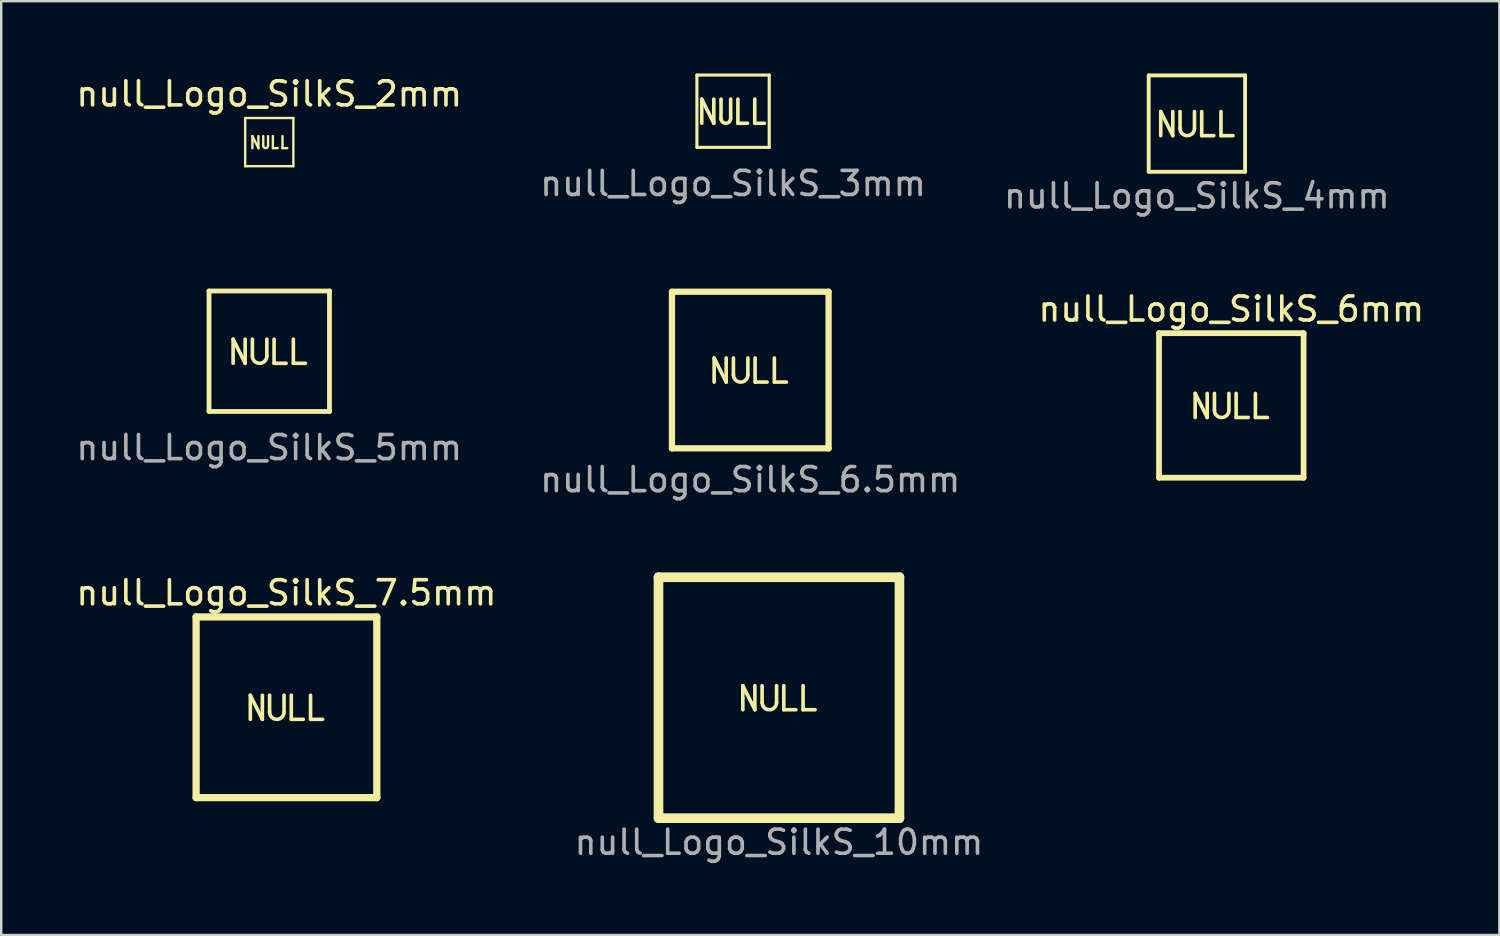
<source format=kicad_pcb>
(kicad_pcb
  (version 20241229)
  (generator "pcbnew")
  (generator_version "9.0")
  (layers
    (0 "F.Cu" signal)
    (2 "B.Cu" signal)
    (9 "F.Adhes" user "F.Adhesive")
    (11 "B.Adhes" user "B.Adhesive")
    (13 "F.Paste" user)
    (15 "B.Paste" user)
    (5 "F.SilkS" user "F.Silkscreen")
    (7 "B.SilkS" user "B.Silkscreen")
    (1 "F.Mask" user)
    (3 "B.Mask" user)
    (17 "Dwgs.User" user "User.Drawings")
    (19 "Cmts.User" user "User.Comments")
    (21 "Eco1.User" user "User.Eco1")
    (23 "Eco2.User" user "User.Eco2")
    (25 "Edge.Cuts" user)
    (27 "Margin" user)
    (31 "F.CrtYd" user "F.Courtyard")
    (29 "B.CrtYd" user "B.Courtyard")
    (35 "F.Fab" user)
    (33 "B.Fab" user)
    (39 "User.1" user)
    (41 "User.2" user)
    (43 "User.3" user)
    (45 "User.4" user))
  (footprint "null_Logo_SilkS_10mm"
    (layer "F.Cu")
    (at 29.28 25.907)
    (property "Reference" "null_Logo_SilkS_10mm" (at 0 6 0) (layer "F.Fab") (effects (font (size 1 1) (thickness 0.15))))
    (attr through_hole)
    (fp_line (start -5 -5) (end -5 5) (stroke (width 0.4) (type solid)) (layer "F.SilkS"))
    (fp_line (start -5 5) (end 5 5) (stroke (width 0.4) (type solid)) (layer "F.SilkS"))
    (fp_line (start -1.5 -0.5) (end -1 0.5) (stroke (width 0.15) (type solid)) (layer "F.SilkS"))
    (fp_line (start -1.5 0.5) (end -1.5 -0.5) (stroke (width 0.15) (type solid)) (layer "F.SilkS"))
    (fp_line (start -1 0.5) (end -1 -0.5) (stroke (width 0.15) (type solid)) (layer "F.SilkS"))
    (fp_line (start -0.7 -0.5) (end -0.7 0.2) (stroke (width 0.15) (type solid)) (layer "F.SilkS"))
    (fp_line (start -0.1 -0.5) (end -0.1 0.2) (stroke (width 0.15) (type solid)) (layer "F.SilkS"))
    (fp_line (start 0.2 -0.5) (end 0.2 0.5) (stroke (width 0.15) (type solid)) (layer "F.SilkS"))
    (fp_line (start 0.2 0.5) (end 0.7 0.5) (stroke (width 0.15) (type solid)) (layer "F.SilkS"))
    (fp_line (start 1 -0.5) (end 1 0.5) (stroke (width 0.15) (type solid)) (layer "F.SilkS"))
    (fp_line (start 1 0.5) (end 1.5 0.5) (stroke (width 0.15) (type solid)) (layer "F.SilkS"))
    (fp_line (start 5 -5) (end -5 -5) (stroke (width 0.4) (type solid)) (layer "F.SilkS"))
    (fp_line (start 5 -5) (end 5 5) (stroke (width 0.4) (type solid)) (layer "F.SilkS"))
    (fp_arc (start -0.1 0.2) (mid -0.4 0.5) (end -0.7 0.2) (stroke (width 0.15) (type solid)) (layer "F.SilkS")))
  (footprint "null_Logo_SilkS_3mm"
    (layer "F.Cu")
    (at 27.375 1.565)
    (property "Reference" "null_Logo_SilkS_3mm" (at 0 3 0) (layer "F.Fab") (effects (font (size 1 1) (thickness 0.15))))
    (attr through_hole)
    (fp_line (start -1.5 -1.5) (end -1.5 1.5) (stroke (width 0.13) (type solid)) (layer "F.SilkS"))
    (fp_line (start -1.5 1.5) (end 1.5 1.5) (stroke (width 0.13) (type solid)) (layer "F.SilkS"))
    (fp_line (start -1.3 -0.5) (end -0.8 0.5) (stroke (width 0.15) (type solid)) (layer "F.SilkS"))
    (fp_line (start -1.3 0.5) (end -1.3 -0.5) (stroke (width 0.15) (type solid)) (layer "F.SilkS"))
    (fp_line (start -0.8 0.5) (end -0.8 -0.5) (stroke (width 0.15) (type solid)) (layer "F.SilkS"))
    (fp_line (start -0.5 -0.5) (end -0.5 0.3) (stroke (width 0.15) (type solid)) (layer "F.SilkS"))
    (fp_line (start -0.1 0.3) (end -0.1 -0.5) (stroke (width 0.15) (type solid)) (layer "F.SilkS"))
    (fp_line (start 0.2 -0.5) (end 0.2 0.5) (stroke (width 0.15) (type solid)) (layer "F.SilkS"))
    (fp_line (start 0.2 0.5) (end 0.6 0.5) (stroke (width 0.15) (type solid)) (layer "F.SilkS"))
    (fp_line (start 0.9 -0.5) (end 0.9 0.5) (stroke (width 0.15) (type solid)) (layer "F.SilkS"))
    (fp_line (start 0.9 0.5) (end 1.3 0.5) (stroke (width 0.15) (type solid)) (layer "F.SilkS"))
    (fp_line (start 1.5 -1.5) (end -1.5 -1.5) (stroke (width 0.13) (type solid)) (layer "F.SilkS"))
    (fp_line (start 1.5 -1.5) (end 1.5 1.5) (stroke (width 0.13) (type solid)) (layer "F.SilkS"))
    (fp_arc (start -0.1 0.3) (mid -0.3 0.5) (end -0.5 0.3) (stroke (width 0.15) (type solid)) (layer "F.SilkS")))
  (footprint "null_Logo_SilkS_4mm"
    (layer "F.Cu")
    (at 46.625 2.08)
    (property "Reference" "null_Logo_SilkS_4mm" (at 0 3 0) (layer "F.Fab") (effects (font (size 1 1) (thickness 0.15))))
    (attr through_hole)
    (fp_line (start -2 -2) (end -2 2) (stroke (width 0.16) (type solid)) (layer "F.SilkS"))
    (fp_line (start -2 2) (end 2 2) (stroke (width 0.16) (type solid)) (layer "F.SilkS"))
    (fp_line (start -1.5 -0.5) (end -1 0.5) (stroke (width 0.15) (type solid)) (layer "F.SilkS"))
    (fp_line (start -1.5 0.5) (end -1.5 -0.5) (stroke (width 0.15) (type solid)) (layer "F.SilkS"))
    (fp_line (start -1 0.5) (end -1 -0.5) (stroke (width 0.15) (type solid)) (layer "F.SilkS"))
    (fp_line (start -0.7 -0.5) (end -0.7 0.2) (stroke (width 0.15) (type solid)) (layer "F.SilkS"))
    (fp_line (start -0.1 0.2) (end -0.1 -0.5) (stroke (width 0.15) (type solid)) (layer "F.SilkS"))
    (fp_line (start 0.2 -0.5) (end 0.2 0.5) (stroke (width 0.15) (type solid)) (layer "F.SilkS"))
    (fp_line (start 0.2 0.5) (end 0.7 0.5) (stroke (width 0.15) (type solid)) (layer "F.SilkS"))
    (fp_line (start 1 -0.5) (end 1 0.5) (stroke (width 0.15) (type solid)) (layer "F.SilkS"))
    (fp_line (start 1 0.5) (end 1.5 0.5) (stroke (width 0.15) (type solid)) (layer "F.SilkS"))
    (fp_line (start 2 -2) (end -2 -2) (stroke (width 0.16) (type solid)) (layer "F.SilkS"))
    (fp_line (start 2 -2) (end 2 2) (stroke (width 0.16) (type solid)) (layer "F.SilkS"))
    (fp_arc (start -0.1 0.2) (mid -0.4 0.5) (end -0.7 0.2) (stroke (width 0.15) (type solid)) (layer "F.SilkS")))
  (footprint "null_Logo_SilkS_6mm"
    (layer "F.Cu")
    (at 48.054 13.777)
    (property "Reference" "null_Logo_SilkS_6mm" (at 0 -4 0) (layer "F.SilkS") (effects (font (size 1 1) (thickness 0.15))))
    (attr exclude_from_pos_files exclude_from_bom)
    (fp_line (start -3 -3) (end -3 3) (stroke (width 0.24) (type solid)) (layer "F.SilkS"))
    (fp_line (start -3 3) (end 3 3) (stroke (width 0.24) (type solid)) (layer "F.SilkS"))
    (fp_line (start -1.5 -0.5) (end -1 0.5) (stroke (width 0.15) (type solid)) (layer "F.SilkS"))
    (fp_line (start -1.5 0.5) (end -1.5 -0.5) (stroke (width 0.15) (type solid)) (layer "F.SilkS"))
    (fp_line (start -1 0.5) (end -1 -0.5) (stroke (width 0.15) (type solid)) (layer "F.SilkS"))
    (fp_line (start -0.7 -0.5) (end -0.7 0.2) (stroke (width 0.15) (type solid)) (layer "F.SilkS"))
    (fp_line (start -0.1 0.2) (end -0.1 -0.5) (stroke (width 0.15) (type solid)) (layer "F.SilkS"))
    (fp_line (start 0.2 -0.5) (end 0.2 0.5) (stroke (width 0.15) (type solid)) (layer "F.SilkS"))
    (fp_line (start 0.2 0.5) (end 0.7 0.5) (stroke (width 0.15) (type solid)) (layer "F.SilkS"))
    (fp_line (start 1 -0.5) (end 1 0.5) (stroke (width 0.15) (type solid)) (layer "F.SilkS"))
    (fp_line (start 1 0.5) (end 1.5 0.5) (stroke (width 0.15) (type solid)) (layer "F.SilkS"))
    (fp_line (start 3 -3) (end -3 -3) (stroke (width 0.24) (type solid)) (layer "F.SilkS"))
    (fp_line (start 3 -3) (end 3 3) (stroke (width 0.24) (type solid)) (layer "F.SilkS"))
    (fp_arc (start -0.1 0.2) (mid -0.4 0.5) (end -0.7 0.2) (stroke (width 0.15) (type solid)) (layer "F.SilkS")))
  (footprint "null_Logo_SilkS_5mm"
    (layer "F.Cu")
    (at 8.125 11.528)
    (property "Reference" "null_Logo_SilkS_5mm" (at 0 4 0) (layer "F.Fab") (effects (font (size 1 1) (thickness 0.15))))
    (attr through_hole)
    (fp_line (start -2.5 -2.5) (end -2.5 2.5) (stroke (width 0.2) (type solid)) (layer "F.SilkS"))
    (fp_line (start -2.5 2.5) (end 2.5 2.5) (stroke (width 0.2) (type solid)) (layer "F.SilkS"))
    (fp_line (start -1.5 -0.5) (end -1 0.5) (stroke (width 0.15) (type solid)) (layer "F.SilkS"))
    (fp_line (start -1.5 0.5) (end -1.5 -0.5) (stroke (width 0.15) (type solid)) (layer "F.SilkS"))
    (fp_line (start -1 0.5) (end -1 -0.5) (stroke (width 0.15) (type solid)) (layer "F.SilkS"))
    (fp_line (start -0.7 -0.5) (end -0.7 0.2) (stroke (width 0.15) (type solid)) (layer "F.SilkS"))
    (fp_line (start -0.1 -0.5) (end -0.1 0.2) (stroke (width 0.15) (type solid)) (layer "F.SilkS"))
    (fp_line (start 0.2 -0.5) (end 0.2 0.5) (stroke (width 0.15) (type solid)) (layer "F.SilkS"))
    (fp_line (start 0.2 0.5) (end 0.7 0.5) (stroke (width 0.15) (type solid)) (layer "F.SilkS"))
    (fp_line (start 1 -0.5) (end 1 0.5) (stroke (width 0.15) (type solid)) (layer "F.SilkS"))
    (fp_line (start 1 0.5) (end 1.5 0.5) (stroke (width 0.15) (type solid)) (layer "F.SilkS"))
    (fp_line (start 2.5 -2.5) (end -2.5 -2.5) (stroke (width 0.2) (type solid)) (layer "F.SilkS"))
    (fp_line (start 2.5 -2.5) (end 2.5 2.5) (stroke (width 0.2) (type solid)) (layer "F.SilkS"))
    (fp_arc (start -0.1 0.2) (mid -0.4 0.5) (end -0.7 0.2) (stroke (width 0.15) (type solid)) (layer "F.SilkS")))
  (footprint "null_Logo_SilkS_7.5mm"
    (layer "F.Cu")
    (at 8.839 26.305)
    (property "Reference" "null_Logo_SilkS_7.5mm" (at 0 -4.75 0) (layer "F.SilkS") (effects (font (size 1 1) (thickness 0.15))))
    (attr exclude_from_pos_files exclude_from_bom)
    (fp_line (start -3.75 -3.75) (end -3.75 3.75) (stroke (width 0.3) (type solid)) (layer "F.SilkS"))
    (fp_line (start -3.75 3.75) (end 3.75 3.75) (stroke (width 0.3) (type solid)) (layer "F.SilkS"))
    (fp_line (start -1.5 -0.5) (end -1 0.5) (stroke (width 0.15) (type solid)) (layer "F.SilkS"))
    (fp_line (start -1.5 0.5) (end -1.5 -0.5) (stroke (width 0.15) (type solid)) (layer "F.SilkS"))
    (fp_line (start -1 0.5) (end -1 -0.5) (stroke (width 0.15) (type solid)) (layer "F.SilkS"))
    (fp_line (start -0.7 -0.5) (end -0.7 0.2) (stroke (width 0.15) (type solid)) (layer "F.SilkS"))
    (fp_line (start -0.1 0.2) (end -0.1 -0.5) (stroke (width 0.15) (type solid)) (layer "F.SilkS"))
    (fp_line (start 0.2 -0.5) (end 0.2 0.5) (stroke (width 0.15) (type solid)) (layer "F.SilkS"))
    (fp_line (start 0.2 0.5) (end 0.7 0.5) (stroke (width 0.15) (type solid)) (layer "F.SilkS"))
    (fp_line (start 1 -0.5) (end 1 0.5) (stroke (width 0.15) (type solid)) (layer "F.SilkS"))
    (fp_line (start 1 0.5) (end 1.5 0.5) (stroke (width 0.15) (type solid)) (layer "F.SilkS"))
    (fp_line (start 3.75 -3.75) (end -3.75 -3.75) (stroke (width 0.3) (type solid)) (layer "F.SilkS"))
    (fp_line (start 3.75 -3.75) (end 3.75 3.75) (stroke (width 0.3) (type solid)) (layer "F.SilkS"))
    (fp_arc (start -0.1 0.2) (mid -0.4 0.5) (end -0.7 0.2) (stroke (width 0.15) (type solid)) (layer "F.SilkS")))
  (footprint "null_Logo_SilkS_6.5mm"
    (layer "F.Cu")
    (at 28.089 12.308)
    (property "Reference" "null_Logo_SilkS_6.5mm" (at 0 4.55 0) (layer "F.Fab") (effects (font (size 1 1) (thickness 0.15))))
    (attr through_hole)
    (fp_line (start -3.25 -3.25) (end -3.25 3.25) (stroke (width 0.26) (type solid)) (layer "F.SilkS"))
    (fp_line (start -3.25 3.25) (end 3.25 3.25) (stroke (width 0.26) (type solid)) (layer "F.SilkS"))
    (fp_line (start -1.5 -0.5) (end -1 0.5) (stroke (width 0.15) (type solid)) (layer "F.SilkS"))
    (fp_line (start -1.5 0.5) (end -1.5 -0.5) (stroke (width 0.15) (type solid)) (layer "F.SilkS"))
    (fp_line (start -1 0.5) (end -1 -0.5) (stroke (width 0.15) (type solid)) (layer "F.SilkS"))
    (fp_line (start -0.7 -0.5) (end -0.7 0.2) (stroke (width 0.15) (type solid)) (layer "F.SilkS"))
    (fp_line (start -0.1 0.2) (end -0.1 -0.5) (stroke (width 0.15) (type solid)) (layer "F.SilkS"))
    (fp_line (start 0.2 -0.5) (end 0.2 0.5) (stroke (width 0.15) (type solid)) (layer "F.SilkS"))
    (fp_line (start 0.2 0.5) (end 0.7 0.5) (stroke (width 0.15) (type solid)) (layer "F.SilkS"))
    (fp_line (start 1 -0.5) (end 1 0.5) (stroke (width 0.15) (type solid)) (layer "F.SilkS"))
    (fp_line (start 1 0.5) (end 1.5 0.5) (stroke (width 0.15) (type solid)) (layer "F.SilkS"))
    (fp_line (start 3.25 -3.25) (end -3.25 -3.25) (stroke (width 0.26) (type solid)) (layer "F.SilkS"))
    (fp_line (start 3.25 -3.25) (end 3.25 3.25) (stroke (width 0.26) (type solid)) (layer "F.SilkS"))
    (fp_arc (start -0.1 0.2) (mid -0.4 0.5) (end -0.7 0.2) (stroke (width 0.15) (type solid)) (layer "F.SilkS")))
  (footprint "null_Logo_SilkS_2mm"
    (layer "F.Cu")
    (at 8.125 2.848)
    (property "Reference" "null_Logo_SilkS_2mm" (at 0 -2 0) (layer "F.SilkS") (effects (font (size 1 1) (thickness 0.15))))
    (attr exclude_from_pos_files exclude_from_bom)
    (fp_line (start -1 -1) (end -1 1) (stroke (width 0.1) (type solid)) (layer "F.SilkS"))
    (fp_line (start -1 1) (end 1 1) (stroke (width 0.1) (type solid)) (layer "F.SilkS"))
    (fp_line (start -0.7 -0.25) (end -0.45 0.25) (stroke (width 0.1) (type solid)) (layer "F.SilkS"))
    (fp_line (start -0.7 0.25) (end -0.7 -0.25) (stroke (width 0.1) (type solid)) (layer "F.SilkS"))
    (fp_line (start -0.45 0.25) (end -0.45 -0.25) (stroke (width 0.1) (type solid)) (layer "F.SilkS"))
    (fp_line (start -0.25 -0.25) (end -0.25 0.15) (stroke (width 0.1) (type solid)) (layer "F.SilkS"))
    (fp_line (start -0.05 0.15) (end -0.05 -0.25) (stroke (width 0.1) (type solid)) (layer "F.SilkS"))
    (fp_line (start 0.15 -0.25) (end 0.15 0.25) (stroke (width 0.1) (type solid)) (layer "F.SilkS"))
    (fp_line (start 0.15 0.25) (end 0.35 0.25) (stroke (width 0.1) (type solid)) (layer "F.SilkS"))
    (fp_line (start 0.55 -0.25) (end 0.55 0.25) (stroke (width 0.1) (type solid)) (layer "F.SilkS"))
    (fp_line (start 0.55 0.25) (end 0.75 0.25) (stroke (width 0.1) (type solid)) (layer "F.SilkS"))
    (fp_line (start 1 -1) (end -1 -1) (stroke (width 0.1) (type solid)) (layer "F.SilkS"))
    (fp_line (start 1 -1) (end 1 1) (stroke (width 0.1) (type solid)) (layer "F.SilkS"))
    (fp_arc (start -0.05 0.15) (mid -0.15 0.25) (end -0.25 0.15) (stroke (width 0.1) (type solid)) (layer "F.SilkS")))
  (gr_rect
    (start -3 -3)
    (end 59.179 35.755)
    (stroke (width 0.1) (type default))
    (fill no)
    (layer "Edge.Cuts")))
</source>
